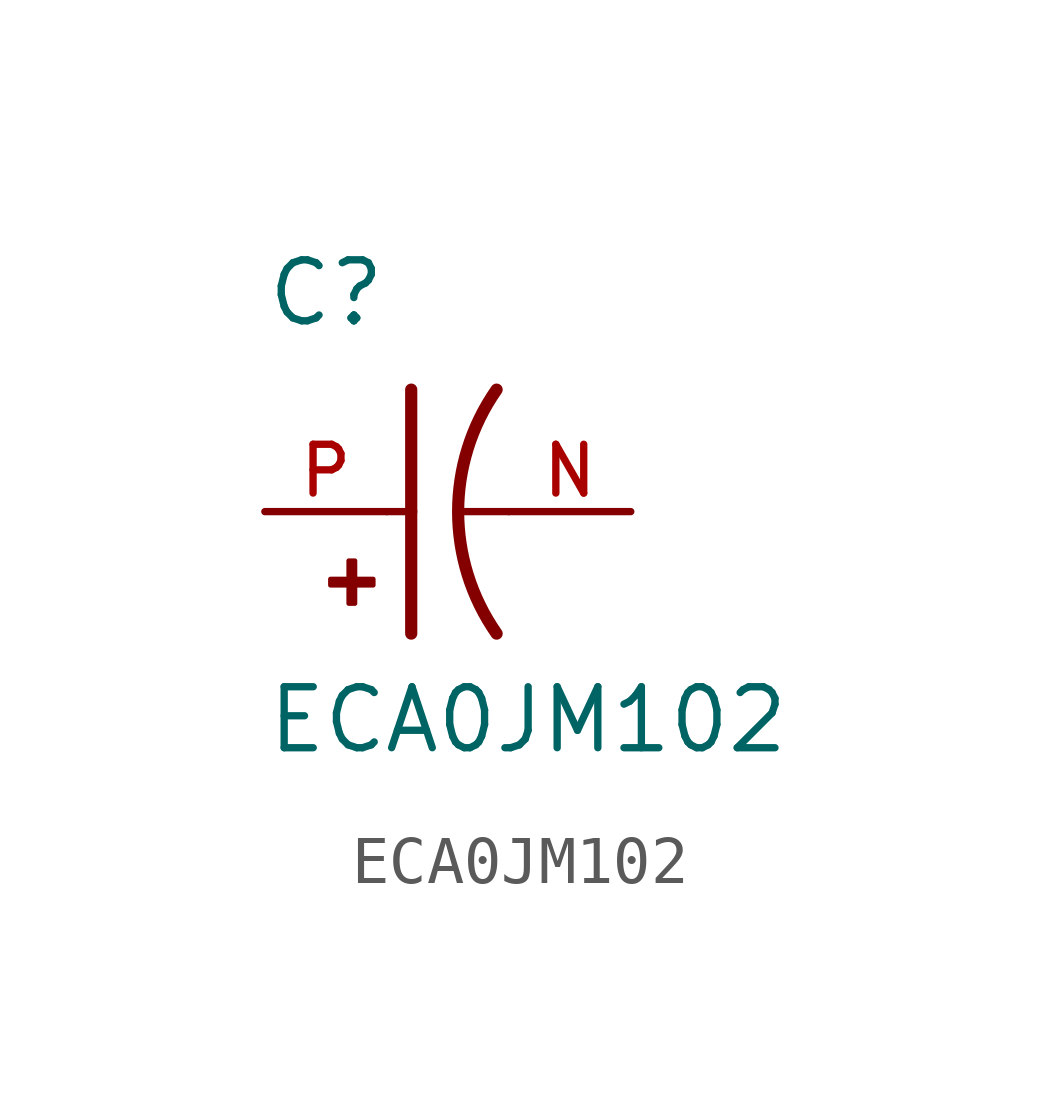
<source format=kicad_sym>
(kicad_symbol_lib
  (version 20211014)
  (generator kicad_symbol_editor)
  (symbol "ECA0JM102"
    (pin_names
      (offset 1.016))
    (property "Reference" "C"
      (at -2.54 3.81 0)
      (effects (font (size 1.27 1.27)) (justify bottom left)))
    (property "Value" "ECA0JM102"
      (at -2.54 -5.08 0)
      (effects (font (size 1.27 1.27)) (justify bottom left)))
    (symbol "ECA0JM102_0_0"
      (arc (start 2.286 -2.54) (mid 1.4851 -0.0) (end 2.286 2.54) (stroke (width 0.254) (type default) (color 0 0 0 0)) (fill (type none)))
      (polyline (pts (xy 0.508 2.54) (xy 0.508 0.0)) (stroke (width 0.254)))
      (rectangle (start -1.173 -1.532) (end -0.284 -1.405) (stroke (width 0.1)) (fill (type outline)))
      (rectangle (start -0.792 -1.913) (end -0.665 -1.024) (stroke (width 0.1)) (fill (type outline)))
      (polyline (pts (xy 0.508 0.0) (xy 0.508 -2.54)) (stroke (width 0.254)))
      (polyline (pts (xy 0.0 0.0) (xy 0.508 0.0)) (stroke (width 0.152)))
      (polyline (pts (xy 2.54 0.0) (xy 1.524 0.0)) (stroke (width 0.152)))
      (pin passive line (at -2.54 0.0 0) (length 2.54) (name "~" (effects (font (size 1.016 1.016)))) (number "P" (effects (font (size 1.016 1.016)))))
      (pin passive line (at 5.08 0.0 180.0) (length 2.54) (name "~" (effects (font (size 1.016 1.016)))) (number "N" (effects (font (size 1.016 1.016))))))))
</source>
